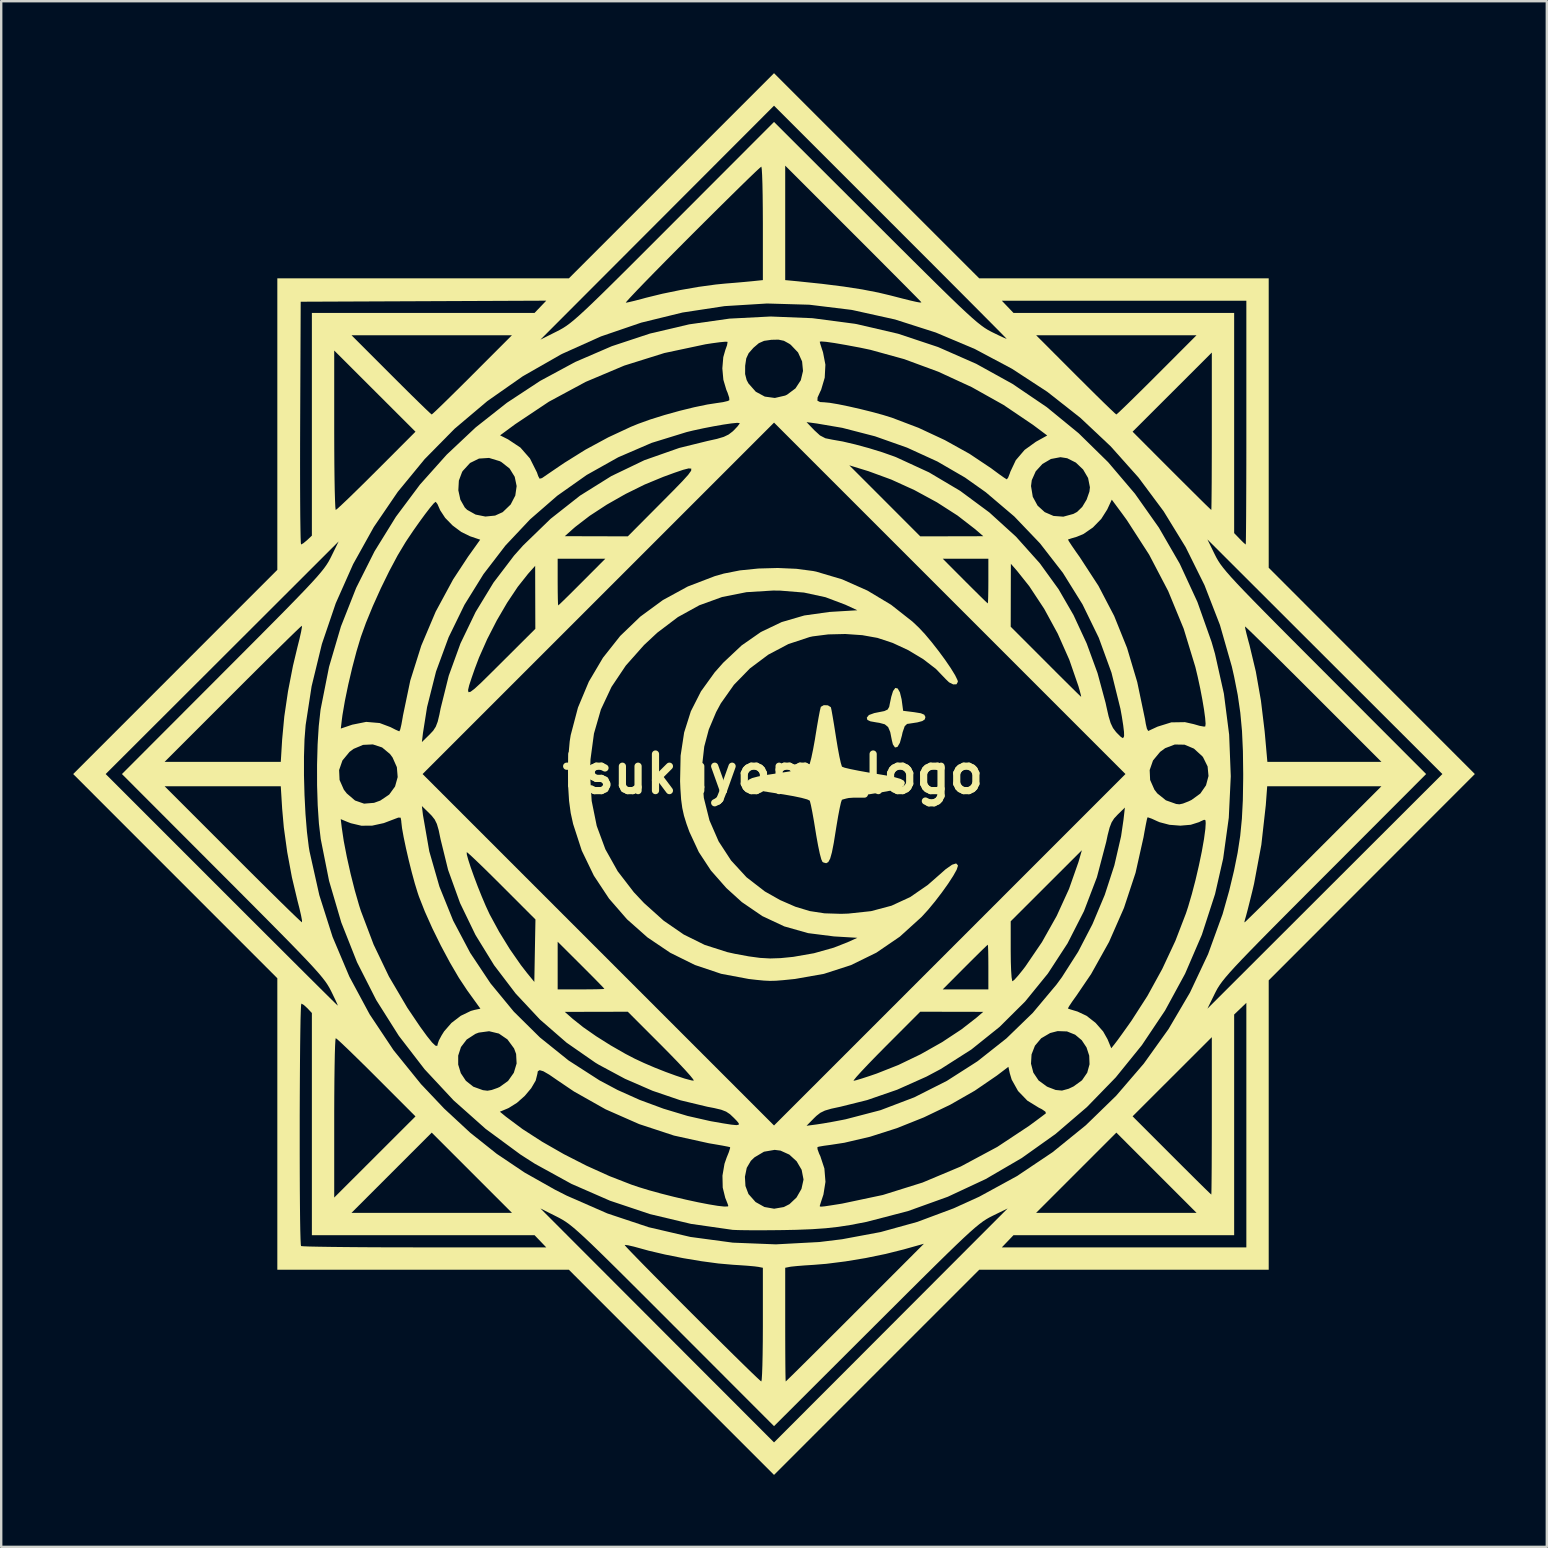
<source format=kicad_pcb>
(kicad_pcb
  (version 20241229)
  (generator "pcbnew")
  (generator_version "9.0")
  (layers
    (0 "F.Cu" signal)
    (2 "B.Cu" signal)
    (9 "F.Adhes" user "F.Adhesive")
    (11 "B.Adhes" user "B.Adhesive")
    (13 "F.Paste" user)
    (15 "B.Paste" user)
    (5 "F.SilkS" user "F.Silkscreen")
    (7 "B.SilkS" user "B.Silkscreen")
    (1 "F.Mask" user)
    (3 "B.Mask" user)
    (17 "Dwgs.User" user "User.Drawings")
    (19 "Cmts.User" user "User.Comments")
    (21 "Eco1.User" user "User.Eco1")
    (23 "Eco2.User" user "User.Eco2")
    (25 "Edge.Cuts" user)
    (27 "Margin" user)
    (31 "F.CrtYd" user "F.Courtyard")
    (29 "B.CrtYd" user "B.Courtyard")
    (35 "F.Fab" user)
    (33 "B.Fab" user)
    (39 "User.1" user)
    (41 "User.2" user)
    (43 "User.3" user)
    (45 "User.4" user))
  (footprint "tsukuyomi_logo"
    (layer "F.Cu")
    (at 29.167 29.21)
    (property "Reference" "tsukuyomi_logo" (at 0 0 0) (layer "F.SilkS") (effects (font (size 1.524 1.524) (thickness 0.3))))
    (attr through_hole)
    (fp_poly (pts (xy 5.196 -3.566) (xy 5.288 -3.405) (xy 5.358 -3.12) (xy 5.368 -3.052) (xy 5.423 -2.636) (xy 5.886 -2.578) (xy 6.162 -2.533) (xy 6.304 -2.473) (xy 6.349 -2.383) (xy 6.35 -2.365) (xy 6.323 -2.275) (xy 6.221 -2.208) (xy 6.016 -2.153) (xy 5.677 -2.101) (xy 5.588 -2.089) (xy 5.488 -1.993) (xy 5.4 -1.739) (xy 5.372 -1.608) (xy 5.287 -1.3) (xy 5.186 -1.131) (xy 5.084 -1.107) (xy 4.996 -1.235) (xy 4.952 -1.413) (xy 4.885 -1.751) (xy 4.797 -1.959) (xy 4.656 -2.074) (xy 4.428 -2.135) (xy 4.32 -2.151) (xy 4.059 -2.197) (xy 3.933 -2.256) (xy 3.91 -2.345) (xy 3.911 -2.353) (xy 3.997 -2.46) (xy 4.221 -2.541) (xy 4.381 -2.573) (xy 4.639 -2.624) (xy 4.777 -2.688) (xy 4.842 -2.802) (xy 4.872 -2.954) (xy 4.929 -3.222) (xy 5 -3.451) (xy 5.003 -3.459) (xy 5.097 -3.589)) (stroke (width 0) (type solid)) (fill yes) (layer "F.SilkS"))
    (fp_poly (pts (xy 2.286 -2.864) (xy 2.406 -2.789) (xy 2.414 -2.773) (xy 2.44 -2.654) (xy 2.485 -2.401) (xy 2.544 -2.05) (xy 2.61 -1.633) (xy 2.627 -1.524) (xy 2.697 -1.1) (xy 2.765 -0.735) (xy 2.825 -0.464) (xy 2.87 -0.318) (xy 2.879 -0.305) (xy 2.986 -0.264) (xy 3.229 -0.206) (xy 3.574 -0.137) (xy 3.991 -0.062) (xy 4.156 -0.035) (xy 4.686 0.054) (xy 5.067 0.131) (xy 5.316 0.203) (xy 5.453 0.278) (xy 5.496 0.363) (xy 5.464 0.465) (xy 5.45 0.489) (xy 5.366 0.558) (xy 5.189 0.624) (xy 4.9 0.692) (xy 4.475 0.769) (xy 4.148 0.821) (xy 3.713 0.892) (xy 3.337 0.96) (xy 3.053 1.02) (xy 2.892 1.064) (xy 2.87 1.076) (xy 2.833 1.18) (xy 2.779 1.42) (xy 2.713 1.763) (xy 2.643 2.178) (xy 2.619 2.329) (xy 2.532 2.871) (xy 2.455 3.263) (xy 2.382 3.523) (xy 2.304 3.668) (xy 2.215 3.716) (xy 2.106 3.687) (xy 2.061 3.661) (xy 2.014 3.558) (xy 1.95 3.321) (xy 1.878 2.979) (xy 1.803 2.564) (xy 1.777 2.403) (xy 1.706 1.967) (xy 1.638 1.587) (xy 1.58 1.297) (xy 1.538 1.13) (xy 1.528 1.107) (xy 1.425 1.057) (xy 1.188 0.992) (xy 0.85 0.921) (xy 0.444 0.85) (xy 0.373 0.839) (xy -0.155 0.758) (xy -0.539 0.696) (xy -0.802 0.646) (xy -0.967 0.604) (xy -1.056 0.561) (xy -1.093 0.512) (xy -1.101 0.45) (xy -1.101 0.425) (xy -1.083 0.32) (xy -1.013 0.237) (xy -0.87 0.167) (xy -0.629 0.103) (xy -0.268 0.037) (xy 0.237 -0.039) (xy 0.284 -0.045) (xy 0.702 -0.111) (xy 1.063 -0.181) (xy 1.331 -0.246) (xy 1.471 -0.299) (xy 1.479 -0.305) (xy 1.53 -0.424) (xy 1.597 -0.677) (xy 1.671 -1.029) (xy 1.747 -1.447) (xy 1.766 -1.569) (xy 1.836 -1.996) (xy 1.9 -2.363) (xy 1.953 -2.638) (xy 1.989 -2.787) (xy 1.995 -2.803) (xy 2.117 -2.871)) (stroke (width 0) (type solid)) (fill yes) (layer "F.SilkS"))
    (fp_poly (pts (xy 0.977 -8.554) (xy 1.673 -8.462) (xy 1.8 -8.436) (xy 2.878 -8.116) (xy 3.932 -7.648) (xy 4.923 -7.053) (xy 5.815 -6.351) (xy 6.075 -6.105) (xy 6.331 -5.832) (xy 6.613 -5.496) (xy 6.901 -5.128) (xy 7.174 -4.757) (xy 7.41 -4.411) (xy 7.589 -4.119) (xy 7.69 -3.912) (xy 7.705 -3.847) (xy 7.648 -3.741) (xy 7.51 -3.736) (xy 7.337 -3.822) (xy 7.196 -3.958) (xy 6.79 -4.381) (xy 6.258 -4.79) (xy 5.642 -5.16) (xy 4.987 -5.465) (xy 4.351 -5.675) (xy 3.721 -5.788) (xy 3.014 -5.837) (xy 2.301 -5.82) (xy 1.654 -5.738) (xy 1.525 -5.71) (xy 0.639 -5.417) (xy -0.198 -4.975) (xy -0.962 -4.403) (xy -1.628 -3.72) (xy -2.175 -2.946) (xy -2.371 -2.582) (xy -2.677 -1.856) (xy -2.866 -1.146) (xy -2.952 -0.384) (xy -2.962 0.008) (xy -2.883 0.995) (xy -2.648 1.932) (xy -2.267 2.806) (xy -1.749 3.601) (xy -1.104 4.302) (xy -0.34 4.893) (xy 0.296 5.252) (xy 0.936 5.531) (xy 1.533 5.711) (xy 2.146 5.805) (xy 2.835 5.826) (xy 3.133 5.816) (xy 4.085 5.714) (xy 4.938 5.487) (xy 5.718 5.127) (xy 6.452 4.62) (xy 6.854 4.268) (xy 7.202 3.961) (xy 7.463 3.779) (xy 7.632 3.725) (xy 7.703 3.801) (xy 7.705 3.831) (xy 7.653 3.989) (xy 7.51 4.244) (xy 7.299 4.569) (xy 7.04 4.932) (xy 6.754 5.306) (xy 6.462 5.659) (xy 6.192 5.955) (xy 5.285 6.777) (xy 4.305 7.446) (xy 3.251 7.962) (xy 2.122 8.327) (xy 0.917 8.54) (xy 0.84 8.548) (xy 0.424 8.59) (xy 0.12 8.614) (xy -0.13 8.62) (xy -0.381 8.608) (xy -0.69 8.578) (xy -1.011 8.541) (xy -2.162 8.325) (xy -3.256 7.957) (xy -4.284 7.448) (xy -5.23 6.81) (xy -6.085 6.053) (xy -6.834 5.191) (xy -7.467 4.234) (xy -7.97 3.193) (xy -8.331 2.081) (xy -8.432 1.622) (xy -8.5 1.118) (xy -8.538 0.506) (xy -8.544 -0.004) (xy -7.627 -0.004) (xy -7.558 1.12) (xy -7.347 2.162) (xy -6.987 3.135) (xy -6.473 4.052) (xy -5.8 4.926) (xy -5.376 5.376) (xy -4.558 6.111) (xy -3.721 6.688) (xy -2.846 7.121) (xy -1.908 7.421) (xy -1.592 7.491) (xy -1.014 7.598) (xy -0.542 7.662) (xy -0.12 7.686) (xy 0.311 7.672) (xy 0.806 7.623) (xy 0.849 7.618) (xy 1.707 7.468) (xy 2.534 7.235) (xy 3.107 7.01) (xy 3.514 6.825) (xy 2.54 6.767) (xy 1.461 6.63) (xy 0.469 6.349) (xy -0.446 5.92) (xy -1.297 5.338) (xy -1.947 4.749) (xy -2.589 4.019) (xy -3.092 3.254) (xy -3.485 2.409) (xy -3.606 2.074) (xy -3.711 1.735) (xy -3.782 1.413) (xy -3.83 1.057) (xy -3.86 0.613) (xy -3.873 0.296) (xy -3.851 -0.768) (xy -3.704 -1.732) (xy -3.424 -2.617) (xy -3.003 -3.445) (xy -2.433 -4.236) (xy -2.074 -4.641) (xy -1.309 -5.36) (xy -0.504 -5.921) (xy 0.361 -6.334) (xy 1.304 -6.609) (xy 2.345 -6.755) (xy 2.498 -6.765) (xy 3.514 -6.826) (xy 3.014 -7.058) (xy 2.187 -7.37) (xy 1.29 -7.564) (xy 0.296 -7.645) (xy 0 -7.648) (xy -1.106 -7.58) (xy -2.123 -7.378) (xy -3.071 -7.034) (xy -3.965 -6.541) (xy -4.825 -5.89) (xy -5.376 -5.376) (xy -6.135 -4.521) (xy -6.732 -3.631) (xy -7.173 -2.691) (xy -7.462 -1.689) (xy -7.607 -0.611) (xy -7.627 -0.004) (xy -8.544 -0.004) (xy -8.546 -0.152) (xy -8.524 -0.796) (xy -8.473 -1.366) (xy -8.432 -1.622) (xy -8.129 -2.771) (xy -7.677 -3.85) (xy -7.087 -4.848) (xy -6.369 -5.755) (xy -5.533 -6.559) (xy -4.591 -7.25) (xy -3.552 -7.817) (xy -2.427 -8.248) (xy -2.049 -8.356) (xy -1.378 -8.488) (xy -0.609 -8.566) (xy 0.197 -8.588)) (stroke (width 0) (type solid)) (fill yes) (layer "F.SilkS"))
    (fp_poly (pts (xy 4.318 -24.934) (xy 8.594 -20.659) (xy 20.659 -20.659) (xy 20.659 -8.598) (xy 24.954 -4.299) (xy 29.25 -0.000001) (xy 24.954 4.299) (xy 20.659 8.598) (xy 20.659 20.659) (xy 8.594 20.659) (xy 4.318 24.934) (xy 0.042 29.21) (xy -8.508 20.659) (xy -20.659 20.659) (xy -20.659 15.051) (xy -19.726 15.051) (xy -19.726 15.841) (xy -19.724 16.604) (xy -19.721 17.322) (xy -19.716 17.976) (xy -19.71 18.549) (xy -19.702 19.023) (xy -19.692 19.38) (xy -19.681 19.602) (xy -19.671 19.671) (xy -19.578 19.681) (xy -19.331 19.691) (xy -18.945 19.699) (xy -18.433 19.707) (xy -17.812 19.714) (xy -17.095 19.72) (xy -16.299 19.724) (xy -15.436 19.726) (xy -14.533 19.727) (xy -9.451 19.727) (xy -9.694 19.473) (xy -9.938 19.219) (xy -19.219 19.219) (xy -19.219 18.288) (xy -17.568 18.288) (xy -10.88 18.288) (xy -11.064 18.104) (xy -9.694 18.104) (xy -4.826 22.98) (xy -4.075 23.733) (xy -3.359 24.45) (xy -2.687 25.123) (xy -2.068 25.742) (xy -1.512 26.299) (xy -1.026 26.786) (xy -0.62 27.192) (xy -0.304 27.509) (xy -0.084 27.729) (xy 0.029 27.842) (xy 0.042 27.855) (xy 0.101 27.797) (xy 0.27 27.628) (xy 0.541 27.356) (xy 0.905 26.992) (xy 1.353 26.543) (xy 1.877 26.018) (xy 2.467 25.428) (xy 3.114 24.78) (xy 3.81 24.083) (xy 4.545 23.346) (xy 4.911 22.98) (xy 8.158 19.727) (xy 9.536 19.727) (xy 19.727 19.727) (xy 19.727 9.536) (xy 19.473 9.779) (xy 19.219 10.022) (xy 19.219 19.219) (xy 10.022 19.219) (xy 9.779 19.473) (xy 9.536 19.727) (xy 8.158 19.727) (xy 9.595 18.288) (xy 10.965 18.288) (xy 17.652 18.288) (xy 14.309 14.944) (xy 12.637 16.616) (xy 10.965 18.288) (xy 9.595 18.288) (xy 9.779 18.104) (xy 9.144 18.415) (xy 9.016 18.48) (xy 8.89 18.553) (xy 8.754 18.642) (xy 8.602 18.756) (xy 8.421 18.904) (xy 8.204 19.095) (xy 7.94 19.338) (xy 7.62 19.642) (xy 7.235 20.015) (xy 6.775 20.466) (xy 6.23 21.005) (xy 5.592 21.639) (xy 4.85 22.379) (xy 4.275 22.952) (xy 0.042 27.178) (xy -4.149 22.981) (xy -4.961 22.168) (xy -5.664 21.466) (xy -6.266 20.866) (xy -6.778 20.359) (xy -7.209 19.936) (xy -7.524 19.631) (xy -6.181 19.631) (xy -6.123 19.702) (xy -5.958 19.877) (xy -5.702 20.142) (xy -5.368 20.484) (xy -4.971 20.887) (xy -4.525 21.337) (xy -4.044 21.82) (xy -3.544 22.321) (xy -3.037 22.827) (xy -2.538 23.323) (xy -2.062 23.794) (xy -1.624 24.227) (xy -1.236 24.607) (xy -0.915 24.92) (xy -0.673 25.151) (xy -0.526 25.286) (xy -0.487 25.315) (xy -0.471 25.234) (xy -0.456 25.005) (xy -0.443 24.65) (xy -0.433 24.189) (xy -0.426 23.645) (xy -0.423 23.039) (xy -0.423 22.946) (xy -0.423 20.577) (xy 0.508 20.577) (xy 0.508 22.946) (xy 0.509 23.56) (xy 0.511 24.114) (xy 0.514 24.589) (xy 0.518 24.961) (xy 0.523 25.209) (xy 0.529 25.314) (xy 0.53 25.315) (xy 0.592 25.257) (xy 0.762 25.091) (xy 1.029 24.828) (xy 1.38 24.48) (xy 1.804 24.059) (xy 2.289 23.575) (xy 2.824 23.042) (xy 3.396 22.469) (xy 3.42 22.446) (xy 6.289 19.576) (xy 5.439 19.814) (xy 4.692 20.001) (xy 3.865 20.171) (xy 3.02 20.311) (xy 2.222 20.412) (xy 1.693 20.455) (xy 1.32 20.479) (xy 0.993 20.505) (xy 0.762 20.529) (xy 0.699 20.539) (xy 0.508 20.577) (xy -0.423 20.577) (xy -0.614 20.539) (xy -0.777 20.518) (xy -1.064 20.492) (xy -1.426 20.467) (xy -1.667 20.452) (xy -2.277 20.398) (xy -2.991 20.302) (xy -3.751 20.175) (xy -4.5 20.025) (xy -5.181 19.865) (xy -5.482 19.782) (xy -5.796 19.696) (xy -6.036 19.641) (xy -6.167 19.624) (xy -6.181 19.631) (xy -7.524 19.631) (xy -7.568 19.588) (xy -7.866 19.307) (xy -8.113 19.082) (xy -8.316 18.906) (xy -8.487 18.769) (xy -8.635 18.662) (xy -8.77 18.577) (xy -8.901 18.504) (xy -9.017 18.444) (xy -9.694 18.104) (xy -11.064 18.104) (xy -12.552 16.616) (xy -14.224 14.944) (xy -17.568 18.288) (xy -19.219 18.288) (xy -19.219 14.329) (xy -18.288 14.329) (xy -18.288 17.651) (xy -16.595 15.96) (xy -14.901 14.268) (xy -16.53 12.637) (xy -16.961 12.208) (xy -17.354 11.822) (xy -17.692 11.493) (xy -17.961 11.237) (xy -18.143 11.07) (xy -18.223 11.007) (xy -18.224 11.007) (xy -18.238 11.088) (xy -18.251 11.321) (xy -18.263 11.687) (xy -18.272 12.168) (xy -18.28 12.746) (xy -18.285 13.403) (xy -18.288 14.121) (xy -18.288 14.329) (xy -19.219 14.329) (xy -19.219 9.959) (xy -19.403 9.763) (xy -19.552 9.626) (xy -19.656 9.567) (xy -19.657 9.567) (xy -19.67 9.649) (xy -19.681 9.882) (xy -19.692 10.249) (xy -19.7 10.731) (xy -19.708 11.311) (xy -19.714 11.971) (xy -19.719 12.693) (xy -19.723 13.459) (xy -19.726 14.251) (xy -19.726 15.051) (xy -20.659 15.051) (xy -20.659 8.51) (xy -24.913 4.255) (xy -29.167 0) (xy -29.167 -0.000187) (xy -27.813 -0.000187) (xy -22.987 4.826) (xy -22.238 5.575) (xy -21.524 6.288) (xy -20.854 6.957) (xy -20.237 7.572) (xy -19.683 8.125) (xy -19.199 8.606) (xy -18.794 9.008) (xy -18.479 9.32) (xy -18.262 9.534) (xy -18.151 9.641) (xy -18.139 9.652) (xy -18.163 9.582) (xy -18.247 9.397) (xy -18.375 9.132) (xy -18.421 9.038) (xy -18.487 8.912) (xy -18.563 8.785) (xy -18.658 8.645) (xy -18.782 8.484) (xy -18.942 8.293) (xy -19.149 8.061) (xy -19.41 7.78) (xy -19.735 7.44) (xy -20.132 7.031) (xy -20.611 6.544) (xy -21.179 5.97) (xy -21.847 5.298) (xy -22.623 4.52) (xy -22.931 4.212) (xy -26.628 0.508) (xy -25.357 0.508) (xy -22.521 3.344) (xy -21.95 3.915) (xy -21.415 4.447) (xy -20.928 4.929) (xy -20.501 5.35) (xy -20.146 5.697) (xy -19.874 5.959) (xy -19.699 6.124) (xy -19.632 6.181) (xy -19.63 6.105) (xy -19.668 5.899) (xy -19.738 5.595) (xy -19.818 5.283) (xy -20.052 4.299) (xy -20.246 3.255) (xy -20.388 2.227) (xy -20.458 1.437) (xy -20.515 0.508) (xy -25.357 0.508) (xy -26.628 0.508) (xy -27.135 0) (xy -26.628 -0.508) (xy -25.357 -0.508) (xy -20.515 -0.508) (xy -20.501 -0.731) (xy -19.548 -0.731) (xy -19.548 0.056) (xy -19.526 0.872) (xy -19.485 1.67) (xy -19.425 2.406) (xy -19.348 3.034) (xy -19.318 3.217) (xy -18.909 5.046) (xy -18.356 6.787) (xy -17.657 8.442) (xy -16.811 10.015) (xy -15.816 11.508) (xy -14.671 12.923) (xy -13.702 13.946) (xy -12.616 14.952) (xy -11.515 15.828) (xy -10.354 16.608) (xy -9.087 17.323) (xy -8.594 17.573) (xy -6.903 18.313) (xy -5.185 18.886) (xy -3.442 19.292) (xy -1.675 19.53) (xy 0.117 19.601) (xy 1.931 19.504) (xy 2.879 19.388) (xy 4.481 19.089) (xy 6.014 18.665) (xy 7.522 18.102) (xy 8.594 17.615) (xy 10.169 16.755) (xy 11.651 15.761) (xy 13.031 14.642) (xy 13.42 14.265) (xy 14.986 14.265) (xy 16.615 15.895) (xy 17.044 16.324) (xy 17.432 16.71) (xy 17.763 17.039) (xy 18.023 17.294) (xy 18.196 17.462) (xy 18.265 17.526) (xy 18.266 17.526) (xy 18.271 17.444) (xy 18.275 17.212) (xy 18.279 16.846) (xy 18.283 16.366) (xy 18.285 15.789) (xy 18.287 15.134) (xy 18.288 14.418) (xy 18.288 14.246) (xy 18.288 10.966) (xy 16.637 12.615) (xy 14.986 14.265) (xy 13.42 14.265) (xy 14.302 13.407) (xy 15.455 12.066) (xy 16.483 10.629) (xy 16.983 9.779) (xy 18.104 9.779) (xy 23.001 4.889) (xy 27.897 0) (xy 23.001 -4.889) (xy 18.104 -9.779) (xy 18.415 -9.144) (xy 18.48 -9.017) (xy 18.553 -8.89) (xy 18.641 -8.755) (xy 18.755 -8.603) (xy 18.903 -8.423) (xy 19.093 -8.206) (xy 19.335 -7.943) (xy 19.638 -7.624) (xy 20.01 -7.24) (xy 20.46 -6.781) (xy 20.997 -6.238) (xy 21.63 -5.601) (xy 22.368 -4.861) (xy 22.973 -4.255) (xy 27.22 0) (xy 22.973 4.255) (xy 22.154 5.075) (xy 21.446 5.786) (xy 20.84 6.396) (xy 20.328 6.915) (xy 19.9 7.353) (xy 19.548 7.718) (xy 19.263 8.02) (xy 19.036 8.27) (xy 18.858 8.476) (xy 18.721 8.647) (xy 18.615 8.794) (xy 18.531 8.925) (xy 18.462 9.051) (xy 18.415 9.144) (xy 18.104 9.779) (xy 16.983 9.779) (xy 17.378 9.106) (xy 18.132 7.505) (xy 18.618 6.165) (xy 19.646 6.165) (xy 19.655 6.181) (xy 19.719 6.123) (xy 19.891 5.956) (xy 20.159 5.694) (xy 20.511 5.346) (xy 20.936 4.925) (xy 21.421 4.443) (xy 21.955 3.91) (xy 22.521 3.344) (xy 25.357 0.508) (xy 20.596 0.508) (xy 20.538 1.291) (xy 20.352 2.949) (xy 20.047 4.578) (xy 19.973 4.893) (xy 19.872 5.3) (xy 19.783 5.653) (xy 19.713 5.916) (xy 19.673 6.053) (xy 19.672 6.057) (xy 19.646 6.165) (xy 18.618 6.165) (xy 18.738 5.836) (xy 19.014 4.856) (xy 19.213 4.026) (xy 19.363 3.284) (xy 19.471 2.58) (xy 19.541 1.865) (xy 19.581 1.09) (xy 19.595 0.206) (xy 19.596 0) (xy 19.584 -0.956) (xy 19.546 -1.792) (xy 19.475 -2.556) (xy 19.368 -3.295) (xy 19.218 -4.058) (xy 19.122 -4.481) (xy 18.644 -6.152) (xy 19.671 -6.152) (xy 19.682 -6.067) (xy 19.731 -5.856) (xy 19.809 -5.556) (xy 19.859 -5.373) (xy 20.122 -4.272) (xy 20.335 -3.061) (xy 20.488 -1.794) (xy 20.502 -1.645) (xy 20.603 -0.508) (xy 25.357 -0.508) (xy 22.525 -3.341) (xy 21.955 -3.91) (xy 21.422 -4.44) (xy 20.939 -4.92) (xy 20.517 -5.337) (xy 20.167 -5.68) (xy 19.901 -5.939) (xy 19.732 -6.1) (xy 19.671 -6.152) (xy 18.644 -6.152) (xy 18.627 -6.212) (xy 17.983 -7.872) (xy 17.198 -9.455) (xy 16.28 -10.951) (xy 15.236 -12.354) (xy 14.075 -13.656) (xy 13.425 -14.268) (xy 14.986 -14.268) (xy 16.615 -12.637) (xy 17.044 -12.209) (xy 17.432 -11.823) (xy 17.763 -11.494) (xy 18.023 -11.238) (xy 18.196 -11.071) (xy 18.265 -11.007) (xy 18.266 -11.007) (xy 18.271 -11.088) (xy 18.275 -11.321) (xy 18.279 -11.687) (xy 18.283 -12.167) (xy 18.285 -12.744) (xy 18.287 -13.399) (xy 18.288 -14.114) (xy 18.288 -14.287) (xy 18.288 -17.567) (xy 16.637 -15.917) (xy 14.986 -14.268) (xy 13.425 -14.268) (xy 12.804 -14.851) (xy 11.432 -15.93) (xy 9.966 -16.887) (xy 8.415 -17.713) (xy 6.785 -18.401) (xy 5.086 -18.945) (xy 3.325 -19.335) (xy 3.26 -19.347) (xy 1.515 -19.56) (xy -0.249 -19.611) (xy -2.017 -19.502) (xy -3.771 -19.235) (xy -5.494 -18.813) (xy -7.169 -18.24) (xy -8.779 -17.517) (xy -8.855 -17.478) (xy -10.433 -16.576) (xy -11.906 -15.544) (xy -13.269 -14.393) (xy -14.516 -13.128) (xy -15.64 -11.76) (xy -16.637 -10.297) (xy -17.5 -8.747) (xy -18.224 -7.118) (xy -18.802 -5.418) (xy -19.23 -3.657) (xy -19.479 -2.041) (xy -19.526 -1.445) (xy -19.548 -0.731) (xy -20.501 -0.731) (xy -20.458 -1.437) (xy -20.368 -2.401) (xy -20.214 -3.447) (xy -20.008 -4.505) (xy -19.825 -5.272) (xy -19.734 -5.635) (xy -19.668 -5.929) (xy -19.634 -6.122) (xy -19.636 -6.181) (xy -19.704 -6.123) (xy -19.88 -5.956) (xy -20.151 -5.693) (xy -20.506 -5.345) (xy -20.934 -4.924) (xy -21.421 -4.441) (xy -21.956 -3.909) (xy -22.521 -3.344) (xy -25.357 -0.508) (xy -26.628 -0.508) (xy -22.931 -4.212) (xy -22.116 -5.029) (xy -21.412 -5.735) (xy -20.811 -6.341) (xy -20.302 -6.856) (xy -19.879 -7.29) (xy -19.53 -7.652) (xy -19.248 -7.952) (xy -19.024 -8.198) (xy -18.849 -8.402) (xy -18.713 -8.572) (xy -18.609 -8.718) (xy -18.526 -8.849) (xy -18.457 -8.976) (xy -18.415 -9.059) (xy -18.104 -9.694) (xy -22.958 -4.847) (xy -27.813 -0.000187) (xy -29.167 -0.000187) (xy -24.913 -4.255) (xy -20.659 -8.51) (xy -20.659 -12.862) (xy -19.711 -12.862) (xy -19.71 -12.073) (xy -19.707 -11.366) (xy -19.703 -10.755) (xy -19.696 -10.255) (xy -19.689 -9.881) (xy -19.68 -9.647) (xy -19.67 -9.567) (xy -19.573 -9.62) (xy -19.421 -9.746) (xy -19.415 -9.751) (xy -19.219 -9.936) (xy -19.219 -14.329) (xy -18.288 -14.329) (xy -18.286 -13.598) (xy -18.282 -12.922) (xy -18.275 -12.32) (xy -18.266 -11.81) (xy -18.254 -11.411) (xy -18.242 -11.139) (xy -18.228 -11.013) (xy -18.224 -11.007) (xy -18.149 -11.064) (xy -17.972 -11.227) (xy -17.707 -11.478) (xy -17.372 -11.804) (xy -16.981 -12.188) (xy -16.552 -12.616) (xy -16.53 -12.637) (xy -14.901 -14.268) (xy -16.595 -15.96) (xy -18.288 -17.651) (xy -18.288 -14.329) (xy -19.219 -14.329) (xy -19.219 -18.288) (xy -17.567 -18.288) (xy -15.917 -16.637) (xy -15.485 -16.206) (xy -15.092 -15.816) (xy -14.753 -15.484) (xy -14.486 -15.225) (xy -14.305 -15.054) (xy -14.226 -14.986) (xy -14.224 -14.986) (xy -14.155 -15.044) (xy -13.983 -15.206) (xy -13.722 -15.458) (xy -13.39 -15.784) (xy -13.001 -16.168) (xy -12.571 -16.596) (xy -12.531 -16.637) (xy -11.065 -18.104) (xy -9.694 -18.104) (xy -9.017 -18.444) (xy -8.882 -18.514) (xy -8.751 -18.588) (xy -8.615 -18.676) (xy -8.464 -18.787) (xy -8.289 -18.929) (xy -8.08 -19.112) (xy -7.827 -19.344) (xy -7.52 -19.634) (xy -7.512 -19.643) (xy -6.138 -19.643) (xy -6.138 -19.643) (xy -6.024 -19.664) (xy -5.787 -19.72) (xy -5.47 -19.802) (xy -5.292 -19.851) (xy -4.615 -20.017) (xy -3.862 -20.172) (xy -3.098 -20.305) (xy -2.389 -20.402) (xy -1.99 -20.442) (xy -1.593 -20.474) (xy -1.195 -20.509) (xy -0.878 -20.539) (xy -0.868 -20.54) (xy -0.423 -20.586) (xy 0.508 -20.586) (xy 0.995 -20.54) (xy 2.04 -20.431) (xy 2.938 -20.318) (xy 3.715 -20.198) (xy 4.394 -20.066) (xy 4.892 -19.947) (xy 5.389 -19.819) (xy 5.745 -19.73) (xy 5.98 -19.677) (xy 6.116 -19.653) (xy 6.174 -19.655) (xy 6.181 -19.664) (xy 6.123 -19.727) (xy 5.957 -19.897) (xy 5.694 -20.163) (xy 5.346 -20.514) (xy 4.925 -20.937) (xy 4.443 -21.421) (xy 3.911 -21.955) (xy 3.344 -22.521) (xy 0.508 -25.357) (xy 0.508 -20.586) (xy -0.423 -20.586) (xy -0.423 -22.951) (xy -0.426 -23.564) (xy -0.432 -24.118) (xy -0.441 -24.591) (xy -0.454 -24.963) (xy -0.469 -25.211) (xy -0.485 -25.314) (xy -0.487 -25.315) (xy -0.558 -25.257) (xy -0.737 -25.091) (xy -1.011 -24.828) (xy -1.368 -24.48) (xy -1.797 -24.058) (xy -2.286 -23.575) (xy -2.822 -23.042) (xy -3.387 -22.479) (xy -3.954 -21.91) (xy -4.48 -21.379) (xy -4.953 -20.898) (xy -5.363 -20.478) (xy -5.697 -20.131) (xy -5.945 -19.868) (xy -6.096 -19.702) (xy -6.138 -19.643) (xy -7.512 -19.643) (xy -7.151 -19.992) (xy -6.709 -20.427) (xy -6.184 -20.947) (xy -5.568 -21.561) (xy -4.85 -22.279) (xy -4.149 -22.981) (xy 0.042 -27.178) (xy 4.275 -22.952) (xy 5.096 -22.133) (xy 5.807 -21.425) (xy 6.418 -20.82) (xy 6.937 -20.307) (xy 7.375 -19.88) (xy 7.74 -19.528) (xy 8.043 -19.244) (xy 8.293 -19.017) (xy 8.498 -18.84) (xy 8.67 -18.703) (xy 8.816 -18.598) (xy 8.947 -18.515) (xy 9.073 -18.447) (xy 9.123 -18.421) (xy 9.406 -18.283) (xy 9.62 -18.184) (xy 9.73 -18.139) (xy 9.737 -18.139) (xy 9.678 -18.201) (xy 9.593 -18.288) (xy 10.966 -18.288) (xy 12.615 -16.637) (xy 13.048 -16.206) (xy 13.441 -15.816) (xy 13.779 -15.484) (xy 14.047 -15.225) (xy 14.228 -15.054) (xy 14.307 -14.986) (xy 14.309 -14.986) (xy 14.378 -15.044) (xy 14.55 -15.206) (xy 14.811 -15.458) (xy 15.143 -15.784) (xy 15.532 -16.168) (xy 15.961 -16.596) (xy 16.002 -16.637) (xy 17.651 -18.288) (xy 10.966 -18.288) (xy 9.593 -18.288) (xy 9.509 -18.374) (xy 9.238 -18.648) (xy 8.873 -19.015) (xy 8.425 -19.466) (xy 8.165 -19.727) (xy 9.536 -19.727) (xy 9.779 -19.473) (xy 10.022 -19.219) (xy 19.219 -19.219) (xy 19.219 -10.042) (xy 19.447 -9.805) (xy 19.598 -9.653) (xy 19.691 -9.572) (xy 19.701 -9.567) (xy 19.706 -9.65) (xy 19.71 -9.886) (xy 19.714 -10.263) (xy 19.718 -10.766) (xy 19.721 -11.379) (xy 19.724 -12.089) (xy 19.726 -12.879) (xy 19.727 -13.737) (xy 19.727 -14.647) (xy 19.727 -19.727) (xy 9.536 -19.727) (xy 8.165 -19.727) (xy 7.901 -19.992) (xy 7.311 -20.584) (xy 6.664 -21.233) (xy 5.968 -21.929) (xy 5.232 -22.665) (xy 4.889 -23.008) (xy 0.042 -27.855) (xy -4.826 -22.98) (xy -9.694 -18.104) (xy -11.065 -18.104) (xy -10.881 -18.288) (xy -17.567 -18.288) (xy -19.219 -18.288) (xy -19.219 -19.219) (xy -9.938 -19.219) (xy -9.694 -19.474) (xy -9.45 -19.729) (xy -14.567 -19.707) (xy -19.685 -19.685) (xy -19.707 -14.626) (xy -19.71 -13.718) (xy -19.711 -12.862) (xy -20.659 -12.862) (xy -20.659 -20.659) (xy -8.508 -20.659) (xy 0.042 -29.21)) (stroke (width 0) (type solid)) (fill yes) (layer "F.SilkS"))
    (fp_poly (pts (xy 1.642 -18.999) (xy 3.403 -18.767) (xy 3.493 -18.751) (xy 5.216 -18.35) (xy 6.877 -17.797) (xy 8.467 -17.098) (xy 9.98 -16.261) (xy 11.406 -15.294) (xy 12.737 -14.204) (xy 13.966 -12.998) (xy 15.083 -11.685) (xy 16.081 -10.271) (xy 16.952 -8.764) (xy 17.687 -7.173) (xy 18.279 -5.503) (xy 18.42 -5.012) (xy 18.791 -3.352) (xy 19.01 -1.642) (xy 19.078 0.091) (xy 18.995 1.822) (xy 18.76 3.525) (xy 18.423 5.001) (xy 17.872 6.7) (xy 17.174 8.321) (xy 16.339 9.856) (xy 15.373 11.299) (xy 14.285 12.642) (xy 13.083 13.879) (xy 11.773 15.002) (xy 10.365 16.004) (xy 8.865 16.879) (xy 7.283 17.618) (xy 5.624 18.215) (xy 3.898 18.664) (xy 3.217 18.795) (xy 2.716 18.872) (xy 2.202 18.929) (xy 1.633 18.969) (xy 0.968 18.995) (xy 0.423 19.006) (xy -0.129 19.012) (xy -0.648 19.014) (xy -1.101 19.012) (xy -1.454 19.006) (xy -1.676 18.997) (xy -1.693 18.995) (xy -3.418 18.748) (xy -5.125 18.341) (xy -6.794 17.782) (xy -8.401 17.08) (xy -9.925 16.242) (xy -10.52 15.861) (xy -11.977 14.788) (xy -12.78 14.073) (xy -11.384 14.073) (xy -11.132 14.28) (xy -10.441 14.796) (xy -9.624 15.323) (xy -8.721 15.84) (xy -7.772 16.324) (xy -6.817 16.756) (xy -5.896 17.114) (xy -5.613 17.21) (xy -5.168 17.346) (xy -4.671 17.483) (xy -4.148 17.616) (xy -3.625 17.739) (xy -3.126 17.847) (xy -2.676 17.934) (xy -2.302 17.996) (xy -2.029 18.026) (xy -1.881 18.02) (xy -1.863 18.002) (xy -1.892 17.911) (xy -1.965 17.725) (xy -1.99 17.666) (xy -2.096 17.236) (xy -2.106 16.784) (xy -1.171 16.784) (xy -1.149 17.169) (xy -1.023 17.504) (xy -1.021 17.506) (xy -0.727 17.837) (xy -0.358 18.044) (xy 0.047 18.116) (xy 0.451 18.046) (xy 0.686 17.926) (xy 0.98 17.648) (xy 1.186 17.289) (xy 1.269 16.913) (xy 1.27 16.891) (xy 1.193 16.494) (xy 0.984 16.138) (xy 0.679 15.86) (xy 0.312 15.694) (xy 0.068 15.663) (xy -0.377 15.74) (xy -0.771 15.974) (xy -0.924 16.12) (xy -1.095 16.413) (xy -1.171 16.784) (xy -2.106 16.784) (xy -2.107 16.738) (xy -2.022 16.242) (xy -1.936 15.994) (xy -1.841 15.758) (xy -1.79 15.595) (xy -1.788 15.551) (xy -1.81 15.546) (xy 1.852 15.546) (xy 1.854 15.632) (xy 1.92 15.816) (xy 1.973 15.929) (xy 2.141 16.439) (xy 2.186 16.995) (xy 2.101 17.526) (xy 2.084 17.577) (xy 2.006 17.813) (xy 1.956 17.971) (xy 1.947 18.007) (xy 1.961 18.025) (xy 2.019 18.029) (xy 2.152 18.016) (xy 2.388 17.981) (xy 2.754 17.923) (xy 2.877 17.903) (xy 4.577 17.543) (xy 6.232 17.025) (xy 7.827 16.355) (xy 9.348 15.539) (xy 10.668 14.665) (xy 10.955 14.454) (xy 11.191 14.278) (xy 11.343 14.163) (xy 11.375 14.136) (xy 11.349 14.068) (xy 11.202 13.967) (xy 11.079 13.906) (xy 10.6 13.611) (xy 10.212 13.209) (xy 9.947 12.735) (xy 9.868 12.472) (xy 9.81 12.202) (xy 9.329 12.567) (xy 8.41 13.196) (xy 7.385 13.782) (xy 6.289 14.308) (xy 5.163 14.758) (xy 4.044 15.116) (xy 2.971 15.367) (xy 2.398 15.455) (xy 2.124 15.492) (xy 1.923 15.527) (xy 1.852 15.546) (xy -1.81 15.546) (xy -1.88 15.529) (xy -2.102 15.486) (xy -2.417 15.431) (xy -2.667 15.389) (xy -4.131 15.066) (xy -5.366 14.659) (xy 1.397 14.659) (xy 1.82 14.603) (xy 2.1 14.56) (xy 2.478 14.494) (xy 2.888 14.416) (xy 3.032 14.387) (xy 4.48 14.009) (xy 5.888 13.473) (xy 7.243 12.789) (xy 8.368 12.07) (xy 10.752 12.07) (xy 10.849 12.443) (xy 11.069 12.771) (xy 11.412 13.022) (xy 11.453 13.042) (xy 11.78 13.167) (xy 12.043 13.192) (xy 12.318 13.117) (xy 12.528 13.018) (xy 12.878 12.763) (xy 13.095 12.447) (xy 13.192 12.096) (xy 13.178 11.736) (xy 13.066 11.393) (xy 12.867 11.093) (xy 12.592 10.863) (xy 12.253 10.727) (xy 11.862 10.713) (xy 11.551 10.793) (xy 11.176 11.013) (xy 10.916 11.322) (xy 10.775 11.685) (xy 10.752 12.07) (xy 8.368 12.07) (xy 8.527 11.967) (xy 9.727 11.018) (xy 10.828 9.951) (xy 10.982 9.766) (xy 12.291 9.766) (xy 12.292 9.772) (xy 12.382 9.805) (xy 12.579 9.865) (xy 12.687 9.897) (xy 13.068 10.076) (xy 13.443 10.369) (xy 13.759 10.729) (xy 13.942 11.053) (xy 14.097 11.428) (xy 14.248 11.238) (xy 14.359 11.092) (xy 14.539 10.844) (xy 14.76 10.534) (xy 14.935 10.287) (xy 15.602 9.251) (xy 16.223 8.12) (xy 16.769 6.953) (xy 17.21 5.807) (xy 17.299 5.536) (xy 17.456 5.001) (xy 17.609 4.415) (xy 17.749 3.813) (xy 17.87 3.233) (xy 17.962 2.712) (xy 18.019 2.287) (xy 18.033 2.051) (xy 18.025 1.929) (xy 17.971 1.904) (xy 17.825 1.969) (xy 17.759 2.003) (xy 17.411 2.114) (xy 16.976 2.151) (xy 16.521 2.115) (xy 16.11 2.007) (xy 16.008 1.963) (xy 15.788 1.862) (xy 15.639 1.809) (xy 15.606 1.807) (xy 15.581 1.897) (xy 15.536 2.116) (xy 15.478 2.427) (xy 15.442 2.632) (xy 15.11 4.115) (xy 14.626 5.581) (xy 14.004 6.998) (xy 13.258 8.334) (xy 12.651 9.228) (xy 12.472 9.478) (xy 12.345 9.669) (xy 12.291 9.766) (xy 10.982 9.766) (xy 11.813 8.775) (xy 12.042 8.463) (xy 12.717 7.406) (xy 13.316 6.251) (xy 13.825 5.038) (xy 14.226 3.806) (xy 14.506 2.594) (xy 14.607 1.905) (xy 14.665 1.397) (xy 14.362 1.693) (xy 14.216 1.85) (xy 14.111 2.015) (xy 14.028 2.23) (xy 13.948 2.539) (xy 13.887 2.827) (xy 13.499 4.301) (xy 12.959 5.715) (xy 12.275 7.056) (xy 11.455 8.315) (xy 10.508 9.479) (xy 9.442 10.538) (xy 8.267 11.48) (xy 6.99 12.294) (xy 6.392 12.612) (xy 5.174 13.156) (xy 3.923 13.588) (xy 2.811 13.865) (xy 2.426 13.948) (xy 2.161 14.026) (xy 1.971 14.119) (xy 1.807 14.247) (xy 1.71 14.341) (xy 1.397 14.659) (xy -5.366 14.659) (xy -5.579 14.589) (xy -6.978 13.973) (xy -8.295 13.23) (xy -8.96 12.781) (xy -9.321 12.532) (xy -9.571 12.387) (xy -9.726 12.341) (xy -9.803 12.389) (xy -9.821 12.497) (xy -9.891 12.775) (xy -10.078 13.094) (xy -10.349 13.416) (xy -10.672 13.702) (xy -11.013 13.916) (xy -11.084 13.948) (xy -11.384 14.073) (xy -12.78 14.073) (xy -13.312 13.601) (xy -14.519 12.306) (xy -14.672 12.108) (xy -13.121 12.108) (xy -13.012 12.467) (xy -12.8 12.785) (xy -12.491 13.03) (xy -12.09 13.175) (xy -11.901 13.198) (xy -11.727 13.168) (xy -11.483 13.082) (xy -11.388 13.039) (xy -11.042 12.79) (xy -10.803 12.451) (xy -10.686 12.063) (xy -10.707 11.666) (xy -10.792 11.436) (xy -11.069 11.059) (xy -11.425 10.816) (xy -11.833 10.718) (xy -12.264 10.776) (xy -12.402 10.828) (xy -12.767 11.065) (xy -13.005 11.377) (xy -13.121 11.735) (xy -13.121 12.108) (xy -14.672 12.108) (xy -15.595 10.91) (xy -16.536 9.42) (xy -17.337 7.843) (xy -17.993 6.185) (xy -18.502 4.453) (xy -18.85 2.706) (xy -18.925 2.066) (xy -18.938 1.879) (xy -18.016 1.879) (xy -17.974 2.231) (xy -17.891 2.789) (xy -17.763 3.45) (xy -17.605 4.158) (xy -17.429 4.854) (xy -17.248 5.483) (xy -17.178 5.701) (xy -16.646 7.106) (xy -16.007 8.439) (xy -15.239 9.743) (xy -14.715 10.52) (xy -14.424 10.92) (xy -14.212 11.184) (xy -14.072 11.318) (xy -13.994 11.331) (xy -13.97 11.233) (xy -13.926 11.104) (xy -13.812 10.891) (xy -13.707 10.723) (xy -13.402 10.373) (xy -13.011 10.074) (xy -12.594 9.873) (xy -12.441 9.83) (xy -12.195 9.779) (xy -12.745 9.017) (xy -13.091 8.495) (xy -13.464 7.858) (xy -13.841 7.154) (xy -14.198 6.429) (xy -14.511 5.73) (xy -14.757 5.105) (xy -14.807 4.958) (xy -14.929 4.56) (xy -15.057 4.09) (xy -15.183 3.587) (xy -15.298 3.088) (xy -15.394 2.63) (xy -15.462 2.253) (xy -15.492 1.993) (xy -15.493 1.959) (xy -15.519 1.819) (xy -15.616 1.814) (xy -15.642 1.824) (xy -16.221 2.044) (xy -16.714 2.152) (xy -17.158 2.153) (xy -17.594 2.05) (xy -17.75 1.99) (xy -18.016 1.879) (xy -18.938 1.879) (xy -18.974 1.333) (xy -14.634 1.333) (xy -14.59 1.704) (xy -14.326 3.22) (xy -13.903 4.692) (xy -13.331 6.108) (xy -12.618 7.456) (xy -11.773 8.725) (xy -10.803 9.902) (xy -9.716 10.976) (xy -8.522 11.936) (xy -7.229 12.768) (xy -6.477 13.168) (xy -5.555 13.581) (xy -4.562 13.948) (xy -3.563 14.249) (xy -2.624 14.462) (xy -2.572 14.472) (xy -2.08 14.558) (xy -1.737 14.612) (xy -1.526 14.632) (xy -1.428 14.615) (xy -1.427 14.559) (xy -1.504 14.461) (xy -1.631 14.33) (xy -1.794 14.176) (xy -1.955 14.069) (xy -2.159 13.99) (xy -2.454 13.92) (xy -2.736 13.866) (xy -3.856 13.597) (xy -5.017 13.202) (xy -6.169 12.701) (xy -7.266 12.112) (xy -7.408 12.026) (xy -8.604 11.195) (xy -9.713 10.231) (xy -10.011 9.912) (xy -8.678 9.912) (xy -8.34 10.209) (xy -7.91 10.551) (xy -7.371 10.927) (xy -6.77 11.306) (xy -6.156 11.658) (xy -5.767 11.861) (xy -5.375 12.044) (xy -4.934 12.233) (xy -4.479 12.413) (xy -4.049 12.57) (xy -3.678 12.693) (xy -3.404 12.766) (xy -3.303 12.78) (xy -3.325 12.725) (xy -3.452 12.567) (xy -3.671 12.322) (xy -3.967 12.007) (xy -4.325 11.638) (xy -4.614 11.345) (xy -6.052 9.906) (xy -7.365 9.909) (xy -8.678 9.912) (xy -10.011 9.912) (xy -10.724 9.15) (xy -10.857 8.975) (xy -8.975 8.975) (xy -8.001 8.975) (xy -7.618 8.973) (xy -7.305 8.968) (xy -7.098 8.961) (xy -7.027 8.952) (xy -7.084 8.888) (xy -7.241 8.725) (xy -7.478 8.483) (xy -7.776 8.184) (xy -8.001 7.959) (xy -8.975 6.988) (xy -8.975 8.975) (xy -10.857 8.975) (xy -11.623 7.969) (xy -12.401 6.705) (xy -13.044 5.375) (xy -13.541 3.996) (xy -13.723 3.255) (xy -12.766 3.255) (xy -12.761 3.354) (xy -12.7 3.577) (xy -12.597 3.895) (xy -12.461 4.276) (xy -12.305 4.69) (xy -12.139 5.104) (xy -11.975 5.49) (xy -11.825 5.815) (xy -11.806 5.854) (xy -11.415 6.574) (xy -10.969 7.298) (xy -10.509 7.96) (xy -10.253 8.29) (xy -9.948 8.663) (xy -9.925 7.362) (xy -9.901 6.06) (xy -11.318 4.642) (xy -11.717 4.245) (xy -12.074 3.894) (xy -12.375 3.604) (xy -12.6 3.392) (xy -12.735 3.274) (xy -12.766 3.255) (xy -13.723 3.255) (xy -13.855 2.719) (xy -13.934 2.339) (xy -14.009 2.08) (xy -14.101 1.893) (xy -14.23 1.731) (xy -14.318 1.642) (xy -14.634 1.333) (xy -18.974 1.333) (xy -18.976 1.306) (xy -19.002 0.472) (xy -19.003 -0.167) (xy -18.084 -0.167) (xy -18.065 0.247) (xy -17.887 0.65) (xy -17.767 0.806) (xy -17.42 1.103) (xy -17.043 1.234) (xy -16.628 1.2) (xy -16.368 1.106) (xy -15.996 0.855) (xy -15.752 0.518) (xy -15.643 0.127) (xy -15.653 -0.000123) (xy -14.605 -0.000123) (xy 0.042 14.647) (xy 1.905 12.785) (xy 3.358 12.785) (xy 3.474 12.758) (xy 3.712 12.686) (xy 4.034 12.581) (xy 4.323 12.482) (xy 5.228 12.124) (xy 6.15 11.68) (xy 7.041 11.177) (xy 7.854 10.641) (xy 8.467 10.164) (xy 8.763 9.911) (xy 7.45 9.908) (xy 6.136 9.906) (xy 4.699 11.345) (xy 4.304 11.745) (xy 3.958 12.102) (xy 3.677 12.4) (xy 3.475 12.623) (xy 3.368 12.755) (xy 3.358 12.785) (xy 1.905 12.785) (xy 5.715 8.975) (xy 7.073 8.975) (xy 8.975 8.975) (xy 8.975 8.043) (xy 8.973 7.669) (xy 8.968 7.367) (xy 8.96 7.17) (xy 8.952 7.112) (xy 8.888 7.169) (xy 8.725 7.325) (xy 8.485 7.561) (xy 8.188 7.856) (xy 8.001 8.043) (xy 7.073 8.975) (xy 5.715 8.975) (xy 7.366 7.324) (xy 8.553 6.137) (xy 9.906 6.137) (xy 9.906 7.386) (xy 9.911 7.824) (xy 9.924 8.196) (xy 9.943 8.47) (xy 9.968 8.618) (xy 9.98 8.636) (xy 10.061 8.573) (xy 10.214 8.403) (xy 10.413 8.157) (xy 10.516 8.022) (xy 11.207 7.007) (xy 11.823 5.912) (xy 12.337 4.787) (xy 12.725 3.682) (xy 12.738 3.641) (xy 12.872 3.175) (xy 9.906 6.137) (xy 8.553 6.137) (xy 14.689 0.000122) (xy 14.522 -0.167) (xy 15.698 -0.167) (xy 15.717 0.247) (xy 15.895 0.65) (xy 16.015 0.806) (xy 16.374 1.095) (xy 16.803 1.247) (xy 16.937 1.262) (xy 17.085 1.23) (xy 17.315 1.14) (xy 17.443 1.079) (xy 17.808 0.814) (xy 18.046 0.471) (xy 18.15 0.082) (xy 18.112 -0.318) (xy 17.924 -0.699) (xy 17.891 -0.742) (xy 17.542 -1.06) (xy 17.152 -1.224) (xy 16.744 -1.231) (xy 16.343 -1.078) (xy 16.132 -0.923) (xy 15.837 -0.566) (xy 15.698 -0.167) (xy 14.522 -0.167) (xy 8.55 -6.14) (xy 9.906 -6.14) (xy 11.366 -4.679) (xy 11.77 -4.274) (xy 12.133 -3.913) (xy 12.438 -3.611) (xy 12.668 -3.384) (xy 12.808 -3.249) (xy 12.843 -3.217) (xy 12.831 -3.291) (xy 12.781 -3.48) (xy 12.729 -3.662) (xy 12.349 -4.762) (xy 11.866 -5.851) (xy 11.301 -6.888) (xy 10.678 -7.831) (xy 10.171 -8.467) (xy 9.913 -8.763) (xy 9.909 -7.452) (xy 9.906 -6.14) (xy 8.55 -6.14) (xy 7.366 -7.324) (xy 5.715 -8.975) (xy 7.073 -8.975) (xy 8.001 -8.043) (xy 8.321 -7.724) (xy 8.596 -7.452) (xy 8.805 -7.247) (xy 8.928 -7.131) (xy 8.952 -7.112) (xy 8.961 -7.191) (xy 8.968 -7.405) (xy 8.973 -7.72) (xy 8.975 -8.043) (xy 8.975 -8.975) (xy 7.073 -8.975) (xy 5.715 -8.975) (xy 1.822 -12.867) (xy 3.179 -12.867) (xy 4.658 -11.387) (xy 6.137 -9.906) (xy 8.763 -9.912) (xy 8.424 -10.206) (xy 7.691 -10.773) (xy 6.833 -11.324) (xy 5.898 -11.832) (xy 4.93 -12.273) (xy 3.975 -12.623) (xy 3.886 -12.65) (xy 3.179 -12.867) (xy 1.822 -12.867) (xy 0.043 -14.647) (xy -14.605 -0.000123) (xy -15.653 -0.000123) (xy -15.677 -0.287) (xy -15.858 -0.694) (xy -15.966 -0.838) (xy -16.293 -1.109) (xy -16.678 -1.235) (xy -17.086 -1.216) (xy -17.481 -1.049) (xy -17.65 -0.923) (xy -17.945 -0.566) (xy -18.084 -0.167) (xy -19.003 -0.167) (xy -19.003 -0.389) (xy -18.98 -1.229) (xy -18.974 -1.333) (xy -14.634 -1.333) (xy -14.318 -1.642) (xy -14.163 -1.807) (xy -14.056 -1.972) (xy -13.975 -2.183) (xy -13.902 -2.487) (xy -13.854 -2.732) (xy -13.663 -3.5) (xy -12.71 -3.5) (xy -12.693 -3.41) (xy -12.605 -3.429) (xy -12.434 -3.559) (xy -12.171 -3.801) (xy -11.807 -4.159) (xy -11.35 -4.613) (xy -9.906 -6.052) (xy -9.91 -7.365) (xy -9.913 -8.678) (xy -10.213 -8.34) (xy -10.64 -7.801) (xy -11.081 -7.14) (xy -11.513 -6.401) (xy -11.911 -5.625) (xy -12.252 -4.857) (xy -12.424 -4.403) (xy -12.565 -3.998) (xy -12.664 -3.696) (xy -12.71 -3.5) (xy -13.663 -3.5) (xy -13.515 -4.096) (xy -13.025 -5.446) (xy -12.397 -6.75) (xy -11.649 -7.979) (xy -10.891 -8.975) (xy -8.975 -8.975) (xy -8.975 -8.001) (xy -8.973 -7.618) (xy -8.968 -7.305) (xy -8.961 -7.098) (xy -8.952 -7.027) (xy -8.888 -7.084) (xy -8.725 -7.241) (xy -8.483 -7.478) (xy -8.184 -7.776) (xy -7.959 -8.001) (xy -6.988 -8.975) (xy -8.975 -8.975) (xy -10.891 -8.975) (xy -10.793 -9.104) (xy -10.42 -9.522) (xy -10.017 -9.913) (xy -8.678 -9.913) (xy -7.365 -9.91) (xy -6.052 -9.906) (xy -4.613 -11.353) (xy -4.136 -11.834) (xy -3.777 -12.204) (xy -3.536 -12.47) (xy -3.412 -12.642) (xy -3.406 -12.729) (xy -3.518 -12.738) (xy -3.745 -12.68) (xy -4.09 -12.563) (xy -4.55 -12.395) (xy -4.572 -12.387) (xy -5.349 -12.066) (xy -6.149 -11.671) (xy -6.928 -11.228) (xy -7.641 -10.762) (xy -8.241 -10.301) (xy -8.34 -10.215) (xy -8.678 -9.913) (xy -10.017 -9.913) (xy -9.269 -10.638) (xy -8.042 -11.604) (xy -6.739 -12.418) (xy -5.362 -13.08) (xy -3.911 -13.59) (xy -2.74 -13.879) (xy -2.335 -13.969) (xy -2.053 -14.053) (xy -1.851 -14.15) (xy -1.686 -14.276) (xy -1.639 -14.32) (xy -1.48 -14.487) (xy -1.395 -14.602) (xy -1.391 -14.627) (xy -1.495 -14.637) (xy -1.731 -14.614) (xy -2.066 -14.565) (xy -2.467 -14.495) (xy -2.9 -14.411) (xy -3.333 -14.317) (xy -3.598 -14.253) (xy -5.059 -13.802) (xy -6.451 -13.202) (xy -7.765 -12.465) (xy -8.992 -11.599) (xy -10.124 -10.615) (xy -11.152 -9.523) (xy -12.066 -8.333) (xy -12.859 -7.055) (xy -13.521 -5.698) (xy -14.044 -4.274) (xy -14.418 -2.791) (xy -14.59 -1.704) (xy -14.634 -1.333) (xy -18.974 -1.333) (xy -18.939 -1.896) (xy -18.013 -1.896) (xy -17.537 -2.057) (xy -16.955 -2.174) (xy -16.395 -2.126) (xy -15.943 -1.956) (xy -15.735 -1.85) (xy -15.595 -1.788) (xy -15.572 -1.782) (xy -15.537 -1.857) (xy -15.489 -2.06) (xy -15.436 -2.352) (xy -15.423 -2.434) (xy -15.118 -3.895) (xy -14.66 -5.349) (xy -14.06 -6.766) (xy -13.331 -8.114) (xy -12.709 -9.06) (xy -12.204 -9.767) (xy -12.629 -9.911) (xy -12.992 -10.089) (xy -13.354 -10.359) (xy -13.664 -10.677) (xy -13.874 -10.997) (xy -13.904 -11.068) (xy -13.986 -11.253) (xy -14.056 -11.343) (xy -14.064 -11.345) (xy -14.142 -11.279) (xy -14.294 -11.099) (xy -14.5 -10.831) (xy -14.74 -10.503) (xy -14.995 -10.141) (xy -15.244 -9.771) (xy -15.322 -9.652) (xy -15.646 -9.111) (xy -15.995 -8.456) (xy -16.347 -7.737) (xy -16.678 -7.002) (xy -16.966 -6.301) (xy -17.178 -5.714) (xy -17.358 -5.115) (xy -17.537 -4.435) (xy -17.703 -3.728) (xy -17.843 -3.05) (xy -17.945 -2.454) (xy -17.973 -2.239) (xy -18.013 -1.896) (xy -18.939 -1.896) (xy -18.932 -2.001) (xy -18.86 -2.659) (xy -18.852 -2.709) (xy -18.504 -4.465) (xy -18.008 -6.15) (xy -17.373 -7.759) (xy -16.606 -9.285) (xy -15.717 -10.722) (xy -14.892 -11.826) (xy -13.115 -11.826) (xy -13.03 -11.434) (xy -12.846 -11.109) (xy -12.749 -11.012) (xy -12.395 -10.814) (xy -11.988 -10.732) (xy -11.583 -10.772) (xy -11.266 -10.915) (xy -10.934 -11.234) (xy -10.741 -11.607) (xy -10.685 -12.002) (xy -10.765 -12.388) (xy -10.978 -12.733) (xy -11.323 -13.005) (xy -11.39 -13.04) (xy -11.835 -13.175) (xy -12.254 -13.148) (xy -12.626 -12.965) (xy -12.932 -12.631) (xy -12.958 -12.59) (xy -13.093 -12.23) (xy -13.115 -11.826) (xy -14.892 -11.826) (xy -14.713 -12.066) (xy -13.601 -13.31) (xy -12.744 -14.116) (xy -11.375 -14.116) (xy -11.043 -13.949) (xy -10.528 -13.607) (xy -10.13 -13.152) (xy -9.839 -12.571) (xy -9.785 -12.415) (xy -9.728 -12.309) (xy -9.63 -12.334) (xy -9.572 -12.373) (xy -9.433 -12.469) (xy -9.194 -12.632) (xy -8.893 -12.837) (xy -8.698 -12.969) (xy -7.82 -13.517) (xy -6.868 -14.032) (xy -5.919 -14.474) (xy -5.623 -14.595) (xy -5.423 -14.667) (xy 1.397 -14.667) (xy 1.722 -14.328) (xy 1.958 -14.112) (xy 2.182 -13.995) (xy 2.478 -13.935) (xy 2.484 -13.934) (xy 2.906 -13.86) (xy 3.429 -13.737) (xy 4 -13.582) (xy 4.564 -13.408) (xy 5.064 -13.231) (xy 5.137 -13.202) (xy 6.502 -12.573) (xy 7.801 -11.802) (xy 9.015 -10.904) (xy 10.127 -9.893) (xy 11.12 -8.783) (xy 11.9 -7.705) (xy 12.523 -6.628) (xy 13.072 -5.444) (xy 13.525 -4.207) (xy 13.86 -2.969) (xy 13.892 -2.821) (xy 13.985 -2.41) (xy 14.071 -2.124) (xy 14.169 -1.919) (xy 14.295 -1.752) (xy 14.335 -1.709) (xy 14.5 -1.545) (xy 14.584 -1.495) (xy 14.622 -1.548) (xy 14.632 -1.604) (xy 14.628 -1.756) (xy 14.595 -2.032) (xy 14.539 -2.39) (xy 14.48 -2.718) (xy 14.106 -4.227) (xy 13.576 -5.682) (xy 12.898 -7.073) (xy 12.08 -8.387) (xy 11.13 -9.611) (xy 10.975 -9.774) (xy 12.294 -9.774) (xy 12.33 -9.703) (xy 12.446 -9.525) (xy 12.622 -9.269) (xy 12.778 -9.049) (xy 13.563 -7.844) (xy 14.219 -6.587) (xy 14.755 -5.257) (xy 15.18 -3.832) (xy 15.503 -2.289) (xy 15.536 -2.09) (xy 15.582 -1.893) (xy 15.634 -1.799) (xy 15.647 -1.798) (xy 15.755 -1.85) (xy 15.954 -1.942) (xy 16.025 -1.975) (xy 16.6 -2.154) (xy 17.169 -2.163) (xy 17.532 -2.081) (xy 17.781 -2.009) (xy 17.96 -1.978) (xy 18.015 -1.984) (xy 18.029 -2.095) (xy 18.01 -2.339) (xy 17.963 -2.688) (xy 17.892 -3.11) (xy 17.803 -3.575) (xy 17.7 -4.052) (xy 17.603 -4.459) (xy 17.115 -6.058) (xy 16.469 -7.627) (xy 15.676 -9.143) (xy 14.747 -10.583) (xy 14.546 -10.86) (xy 14.119 -11.436) (xy 13.929 -11.026) (xy 13.679 -10.632) (xy 13.332 -10.276) (xy 12.939 -10.005) (xy 12.661 -9.889) (xy 12.444 -9.825) (xy 12.311 -9.781) (xy 12.294 -9.774) (xy 10.975 -9.774) (xy 10.056 -10.735) (xy 8.867 -11.745) (xy 8.504 -12.002) (xy 10.753 -12.002) (xy 10.826 -11.555) (xy 11.026 -11.187) (xy 11.324 -10.916) (xy 11.691 -10.757) (xy 12.099 -10.727) (xy 12.517 -10.841) (xy 12.673 -10.925) (xy 12.887 -11.133) (xy 13.071 -11.439) (xy 13.187 -11.771) (xy 13.208 -11.951) (xy 13.131 -12.339) (xy 12.923 -12.694) (xy 12.621 -12.981) (xy 12.261 -13.162) (xy 11.98 -13.206) (xy 11.583 -13.131) (xy 11.228 -12.923) (xy 10.949 -12.617) (xy 10.784 -12.247) (xy 10.753 -12.002) (xy 8.504 -12.002) (xy 8.001 -12.358) (xy 6.85 -13.026) (xy 5.587 -13.604) (xy 4.252 -14.076) (xy 2.886 -14.429) (xy 1.82 -14.611) (xy 1.397 -14.667) (xy -5.423 -14.667) (xy -5.117 -14.777) (xy -4.526 -14.962) (xy -3.9 -15.136) (xy -3.287 -15.287) (xy -2.739 -15.401) (xy -2.357 -15.46) (xy -2.084 -15.5) (xy -1.887 -15.547) (xy -1.862 -15.559) (xy 1.851 -15.559) (xy 1.964 -15.503) (xy 2.132 -15.494) (xy 2.364 -15.472) (xy 2.72 -15.412) (xy 3.158 -15.322) (xy 3.641 -15.212) (xy 4.128 -15.091) (xy 4.579 -14.968) (xy 4.953 -14.852) (xy 6.066 -14.429) (xy 7.159 -13.919) (xy 8.185 -13.349) (xy 9.094 -12.742) (xy 9.186 -12.673) (xy 9.437 -12.488) (xy 9.633 -12.35) (xy 9.738 -12.285) (xy 9.744 -12.283) (xy 9.798 -12.351) (xy 9.869 -12.53) (xy 9.891 -12.598) (xy 10.118 -13.079) (xy 10.485 -13.509) (xy 10.957 -13.849) (xy 11.428 -14.11) (xy 10.831 -14.556) (xy 9.608 -15.383) (xy 8.281 -16.126) (xy 6.888 -16.768) (xy 5.468 -17.292) (xy 4.058 -17.681) (xy 3.641 -17.769) (xy 3.042 -17.881) (xy 2.562 -17.964) (xy 2.211 -18.014) (xy 2.003 -18.03) (xy 1.947 -18.016) (xy 1.972 -17.922) (xy 2.036 -17.721) (xy 2.084 -17.577) (xy 2.183 -17.062) (xy 2.155 -16.519) (xy 2.006 -16.017) (xy 1.968 -15.939) (xy 1.857 -15.694) (xy 1.851 -15.559) (xy -1.862 -15.559) (xy -1.819 -15.581) (xy -1.827 -15.69) (xy -1.894 -15.893) (xy -1.946 -16.015) (xy -2.069 -16.43) (xy -2.091 -16.67) (xy -1.163 -16.67) (xy -1.099 -16.421) (xy -1.021 -16.276) (xy -0.718 -15.934) (xy -0.342 -15.731) (xy 0.076 -15.674) (xy 0.504 -15.773) (xy 0.587 -15.812) (xy 0.936 -16.073) (xy 1.158 -16.413) (xy 1.25 -16.799) (xy 1.212 -17.196) (xy 1.043 -17.571) (xy 0.739 -17.89) (xy 0.677 -17.934) (xy 0.454 -18.057) (xy 0.226 -18.105) (xy -0.07 -18.098) (xy -0.373 -18.054) (xy -0.592 -17.957) (xy -0.812 -17.769) (xy -0.824 -17.757) (xy -1.016 -17.538) (xy -1.115 -17.324) (xy -1.159 -17.032) (xy -1.161 -17.003) (xy -1.163 -16.67) (xy -2.091 -16.67) (xy -2.112 -16.909) (xy -2.073 -17.374) (xy -1.989 -17.669) (xy -1.916 -17.872) (xy -1.895 -18) (xy -1.9 -18.015) (xy -1.994 -18.018) (xy -2.219 -17.997) (xy -2.538 -17.954) (xy -2.811 -17.912) (xy -4.531 -17.546) (xy -6.2 -17.023) (xy -7.807 -16.345) (xy -9.341 -15.518) (xy -10.746 -14.58) (xy -11.375 -14.116) (xy -12.744 -14.116) (xy -12.391 -14.448) (xy -11.089 -15.475) (xy -9.704 -16.386) (xy -8.245 -17.173) (xy -6.718 -17.832) (xy -5.132 -18.357) (xy -3.495 -18.742) (xy -1.815 -18.981) (xy -0.1 -19.069)) (stroke (width 0) (type solid)) (fill yes) (layer "F.SilkS")))
  (gr_rect
    (start -3 -3)
    (end 61.417 61.42)
    (stroke (width 0.1) (type default))
    (fill no)
    (layer "Edge.Cuts")))
</source>
